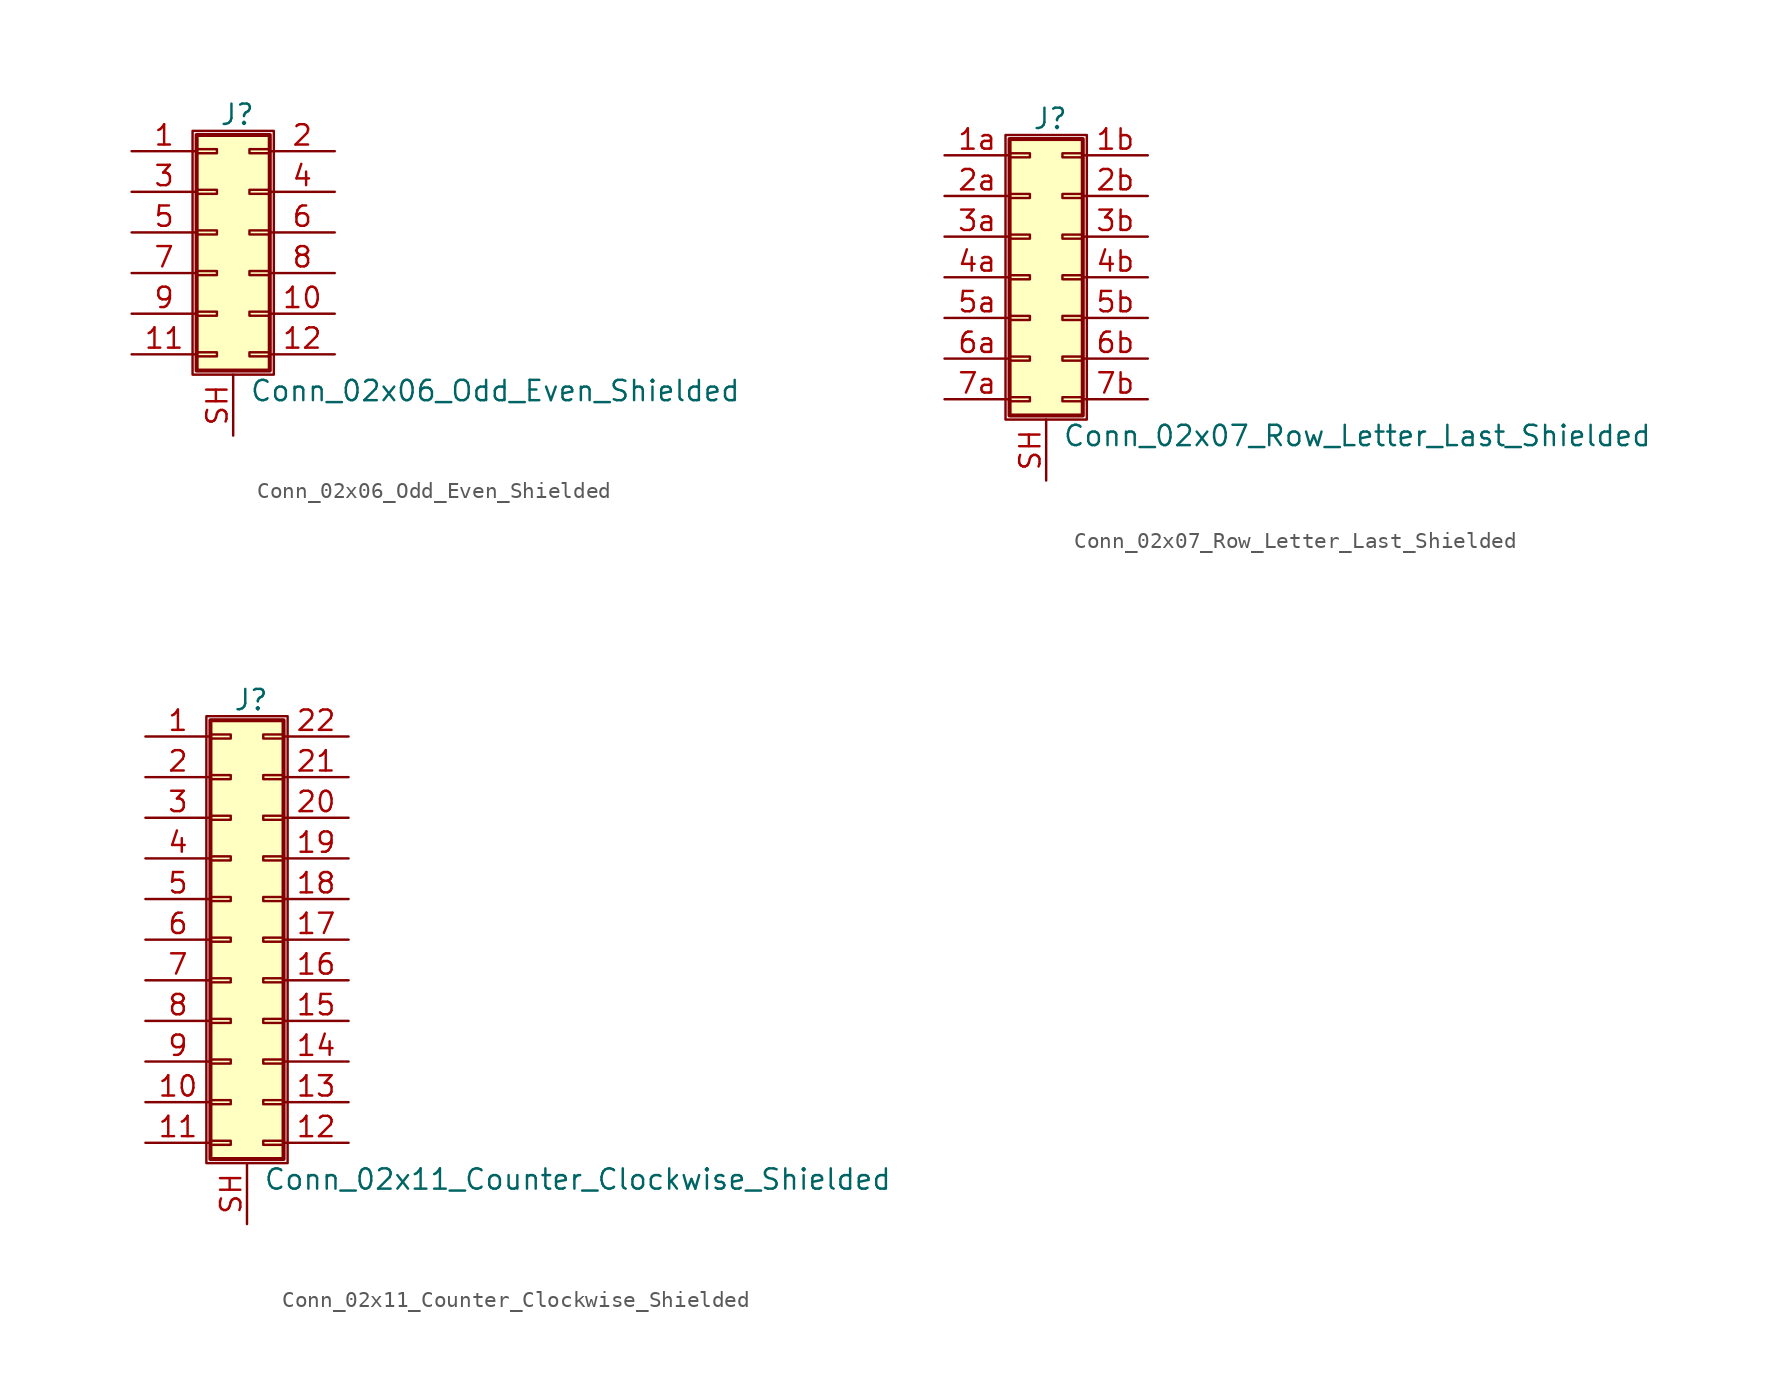
<source format=kicad_sym>
(kicad_symbol_lib
  (version 20201005)
  (generator kicad_symbol_editor)
  (symbol "Connector_Generic_Shielded:Conn_02x06_Odd_Even_Shielded"
    (pin_names
      (offset 1.016) hide)
    (property "Reference" "J"
      (at 1.524 7.366 0)
      (effects (font (size 1.27 1.27))))
    (property "Value" "Conn_02x06_Odd_Even_Shielded"
      (at 2.286 -9.906 0)
      (effects (font (size 1.27 1.27)) (justify left)))
    (symbol "Conn_02x06_Odd_Even_Shielded_1_1"
      (rectangle (start -1.016 -4.953) (end 0.254 -5.207) (stroke (width 0.152)) (fill (type none)))
      (rectangle (start -1.016 -7.493) (end 0.254 -7.747) (stroke (width 0.152)) (fill (type none)))
      (rectangle (start -1.016 -2.413) (end 0.254 -2.667) (stroke (width 0.152)) (fill (type none)))
      (rectangle (start -1.016 2.667) (end 0.254 2.413) (stroke (width 0.152)) (fill (type none)))
      (rectangle (start -1.016 5.207) (end 0.254 4.953) (stroke (width 0.152)) (fill (type none)))
      (rectangle (start -1.016 6.096) (end 3.556 -8.636) (stroke (width 0.254)) (fill (type background)))
      (rectangle (start -1.016 0.127) (end 0.254 -0.127) (stroke (width 0.152)) (fill (type none)))
      (rectangle (start -1.27 6.35) (end 3.81 -8.89) (stroke (width 0.152)) (fill (type none)))
      (rectangle (start 3.556 -4.953) (end 2.286 -5.207) (stroke (width 0.152)) (fill (type none)))
      (rectangle (start 3.556 -7.493) (end 2.286 -7.747) (stroke (width 0.152)) (fill (type none)))
      (rectangle (start 3.556 -2.413) (end 2.286 -2.667) (stroke (width 0.152)) (fill (type none)))
      (rectangle (start 3.556 2.667) (end 2.286 2.413) (stroke (width 0.152)) (fill (type none)))
      (rectangle (start 3.556 5.207) (end 2.286 4.953) (stroke (width 0.152)) (fill (type none)))
      (rectangle (start 3.556 0.127) (end 2.286 -0.127) (stroke (width 0.152)) (fill (type none)))
      (pin passive line (at -5.08 5.08 0) (length 4.064) (name "Pin_1" (effects (font (size 1.27 1.27)))) (number "1" (effects (font (size 1.27 1.27)))))
      (pin passive line (at 7.62 -5.08 180) (length 4.064) (name "Pin_10" (effects (font (size 1.27 1.27)))) (number "10" (effects (font (size 1.27 1.27)))))
      (pin passive line (at -5.08 -7.62 0) (length 4.064) (name "Pin_11" (effects (font (size 1.27 1.27)))) (number "11" (effects (font (size 1.27 1.27)))))
      (pin passive line (at 7.62 -7.62 180) (length 4.064) (name "Pin_12" (effects (font (size 1.27 1.27)))) (number "12" (effects (font (size 1.27 1.27)))))
      (pin passive line (at 7.62 5.08 180) (length 4.064) (name "Pin_2" (effects (font (size 1.27 1.27)))) (number "2" (effects (font (size 1.27 1.27)))))
      (pin passive line (at -5.08 2.54 0) (length 4.064) (name "Pin_3" (effects (font (size 1.27 1.27)))) (number "3" (effects (font (size 1.27 1.27)))))
      (pin passive line (at 7.62 2.54 180) (length 4.064) (name "Pin_4" (effects (font (size 1.27 1.27)))) (number "4" (effects (font (size 1.27 1.27)))))
      (pin passive line (at -5.08 0 0) (length 4.064) (name "Pin_5" (effects (font (size 1.27 1.27)))) (number "5" (effects (font (size 1.27 1.27)))))
      (pin passive line (at 7.62 0 180) (length 4.064) (name "Pin_6" (effects (font (size 1.27 1.27)))) (number "6" (effects (font (size 1.27 1.27)))))
      (pin passive line (at -5.08 -2.54 0) (length 4.064) (name "Pin_7" (effects (font (size 1.27 1.27)))) (number "7" (effects (font (size 1.27 1.27)))))
      (pin passive line (at 7.62 -2.54 180) (length 4.064) (name "Pin_8" (effects (font (size 1.27 1.27)))) (number "8" (effects (font (size 1.27 1.27)))))
      (pin passive line (at -5.08 -5.08 0) (length 4.064) (name "Pin_9" (effects (font (size 1.27 1.27)))) (number "9" (effects (font (size 1.27 1.27)))))
      (pin passive line (at 1.27 -12.7 90) (length 3.81) (name "Shield" (effects (font (size 1.27 1.27)))) (number "SH" (effects (font (size 1.27 1.27)))))))
  (symbol "Connector_Generic_Shielded:Conn_02x07_Row_Letter_Last_Shielded"
    (pin_names
      (offset 1.016) hide)
    (property "Reference" "J"
      (at 1.524 9.906 0)
      (effects (font (size 1.27 1.27))))
    (property "Value" "Conn_02x07_Row_Letter_Last_Shielded"
      (at 2.286 -9.906 0)
      (effects (font (size 1.27 1.27)) (justify left)))
    (symbol "Conn_02x07_Row_Letter_Last_Shielded_1_1"
      (rectangle (start -1.016 -4.953) (end 0.254 -5.207) (stroke (width 0.152)) (fill (type none)))
      (rectangle (start -1.016 -7.493) (end 0.254 -7.747) (stroke (width 0.152)) (fill (type none)))
      (rectangle (start -1.016 -2.413) (end 0.254 -2.667) (stroke (width 0.152)) (fill (type none)))
      (rectangle (start -1.016 2.667) (end 0.254 2.413) (stroke (width 0.152)) (fill (type none)))
      (rectangle (start -1.016 5.207) (end 0.254 4.953) (stroke (width 0.152)) (fill (type none)))
      (rectangle (start -1.016 7.747) (end 0.254 7.493) (stroke (width 0.152)) (fill (type none)))
      (rectangle (start -1.016 8.636) (end 3.556 -8.636) (stroke (width 0.254)) (fill (type background)))
      (rectangle (start -1.016 0.127) (end 0.254 -0.127) (stroke (width 0.152)) (fill (type none)))
      (rectangle (start -1.27 8.89) (end 3.81 -8.89) (stroke (width 0.152)) (fill (type none)))
      (rectangle (start 3.556 -4.953) (end 2.286 -5.207) (stroke (width 0.152)) (fill (type none)))
      (rectangle (start 3.556 -7.493) (end 2.286 -7.747) (stroke (width 0.152)) (fill (type none)))
      (rectangle (start 3.556 -2.413) (end 2.286 -2.667) (stroke (width 0.152)) (fill (type none)))
      (rectangle (start 3.556 2.667) (end 2.286 2.413) (stroke (width 0.152)) (fill (type none)))
      (rectangle (start 3.556 5.207) (end 2.286 4.953) (stroke (width 0.152)) (fill (type none)))
      (rectangle (start 3.556 7.747) (end 2.286 7.493) (stroke (width 0.152)) (fill (type none)))
      (rectangle (start 3.556 0.127) (end 2.286 -0.127) (stroke (width 0.152)) (fill (type none)))
      (pin passive line (at -5.08 7.62 0) (length 4.064) (name "Pin_1a" (effects (font (size 1.27 1.27)))) (number "1a" (effects (font (size 1.27 1.27)))))
      (pin passive line (at 7.62 7.62 180) (length 4.064) (name "Pin_1b" (effects (font (size 1.27 1.27)))) (number "1b" (effects (font (size 1.27 1.27)))))
      (pin passive line (at -5.08 5.08 0) (length 4.064) (name "Pin_2a" (effects (font (size 1.27 1.27)))) (number "2a" (effects (font (size 1.27 1.27)))))
      (pin passive line (at 7.62 5.08 180) (length 4.064) (name "Pin_2b" (effects (font (size 1.27 1.27)))) (number "2b" (effects (font (size 1.27 1.27)))))
      (pin passive line (at -5.08 2.54 0) (length 4.064) (name "Pin_3a" (effects (font (size 1.27 1.27)))) (number "3a" (effects (font (size 1.27 1.27)))))
      (pin passive line (at 7.62 2.54 180) (length 4.064) (name "Pin_3b" (effects (font (size 1.27 1.27)))) (number "3b" (effects (font (size 1.27 1.27)))))
      (pin passive line (at -5.08 0 0) (length 4.064) (name "Pin_4a" (effects (font (size 1.27 1.27)))) (number "4a" (effects (font (size 1.27 1.27)))))
      (pin passive line (at 7.62 0 180) (length 4.064) (name "Pin_4b" (effects (font (size 1.27 1.27)))) (number "4b" (effects (font (size 1.27 1.27)))))
      (pin passive line (at -5.08 -2.54 0) (length 4.064) (name "Pin_5a" (effects (font (size 1.27 1.27)))) (number "5a" (effects (font (size 1.27 1.27)))))
      (pin passive line (at 7.62 -2.54 180) (length 4.064) (name "Pin_5b" (effects (font (size 1.27 1.27)))) (number "5b" (effects (font (size 1.27 1.27)))))
      (pin passive line (at -5.08 -5.08 0) (length 4.064) (name "Pin_6a" (effects (font (size 1.27 1.27)))) (number "6a" (effects (font (size 1.27 1.27)))))
      (pin passive line (at 7.62 -5.08 180) (length 4.064) (name "Pin_6b" (effects (font (size 1.27 1.27)))) (number "6b" (effects (font (size 1.27 1.27)))))
      (pin passive line (at -5.08 -7.62 0) (length 4.064) (name "Pin_7a" (effects (font (size 1.27 1.27)))) (number "7a" (effects (font (size 1.27 1.27)))))
      (pin passive line (at 7.62 -7.62 180) (length 4.064) (name "Pin_7b" (effects (font (size 1.27 1.27)))) (number "7b" (effects (font (size 1.27 1.27)))))
      (pin passive line (at 1.27 -12.7 90) (length 3.81) (name "Shield" (effects (font (size 1.27 1.27)))) (number "SH" (effects (font (size 1.27 1.27)))))))
  (symbol "Connector_Generic_Shielded:Conn_02x11_Counter_Clockwise_Shielded"
    (pin_names
      (offset 1.016) hide)
    (property "Reference" "J"
      (at 1.524 14.986 0)
      (effects (font (size 1.27 1.27))))
    (property "Value" "Conn_02x11_Counter_Clockwise_Shielded"
      (at 2.286 -14.986 0)
      (effects (font (size 1.27 1.27)) (justify left)))
    (symbol "Conn_02x11_Counter_Clockwise_Shielded_1_1"
      (rectangle (start -1.016 -4.953) (end 0.254 -5.207) (stroke (width 0.152)) (fill (type none)))
      (rectangle (start -1.016 -7.493) (end 0.254 -7.747) (stroke (width 0.152)) (fill (type none)))
      (rectangle (start -1.016 -10.033) (end 0.254 -10.287) (stroke (width 0.152)) (fill (type none)))
      (rectangle (start -1.016 -12.573) (end 0.254 -12.827) (stroke (width 0.152)) (fill (type none)))
      (rectangle (start -1.016 -2.413) (end 0.254 -2.667) (stroke (width 0.152)) (fill (type none)))
      (rectangle (start -1.016 2.667) (end 0.254 2.413) (stroke (width 0.152)) (fill (type none)))
      (rectangle (start -1.016 5.207) (end 0.254 4.953) (stroke (width 0.152)) (fill (type none)))
      (rectangle (start -1.016 7.747) (end 0.254 7.493) (stroke (width 0.152)) (fill (type none)))
      (rectangle (start -1.016 10.287) (end 0.254 10.033) (stroke (width 0.152)) (fill (type none)))
      (rectangle (start -1.016 0.127) (end 0.254 -0.127) (stroke (width 0.152)) (fill (type none)))
      (rectangle (start -1.016 12.827) (end 0.254 12.573) (stroke (width 0.152)) (fill (type none)))
      (rectangle (start -1.016 13.716) (end 3.556 -13.716) (stroke (width 0.254)) (fill (type background)))
      (rectangle (start -1.27 13.97) (end 3.81 -13.97) (stroke (width 0.152)) (fill (type none)))
      (rectangle (start 3.556 -4.953) (end 2.286 -5.207) (stroke (width 0.152)) (fill (type none)))
      (rectangle (start 3.556 -7.493) (end 2.286 -7.747) (stroke (width 0.152)) (fill (type none)))
      (rectangle (start 3.556 -10.033) (end 2.286 -10.287) (stroke (width 0.152)) (fill (type none)))
      (rectangle (start 3.556 -12.573) (end 2.286 -12.827) (stroke (width 0.152)) (fill (type none)))
      (rectangle (start 3.556 -2.413) (end 2.286 -2.667) (stroke (width 0.152)) (fill (type none)))
      (rectangle (start 3.556 2.667) (end 2.286 2.413) (stroke (width 0.152)) (fill (type none)))
      (rectangle (start 3.556 5.207) (end 2.286 4.953) (stroke (width 0.152)) (fill (type none)))
      (rectangle (start 3.556 7.747) (end 2.286 7.493) (stroke (width 0.152)) (fill (type none)))
      (rectangle (start 3.556 10.287) (end 2.286 10.033) (stroke (width 0.152)) (fill (type none)))
      (rectangle (start 3.556 0.127) (end 2.286 -0.127) (stroke (width 0.152)) (fill (type none)))
      (rectangle (start 3.556 12.827) (end 2.286 12.573) (stroke (width 0.152)) (fill (type none)))
      (pin passive line (at -5.08 12.7 0) (length 4.064) (name "Pin_1" (effects (font (size 1.27 1.27)))) (number "1" (effects (font (size 1.27 1.27)))))
      (pin passive line (at -5.08 -10.16 0) (length 4.064) (name "Pin_10" (effects (font (size 1.27 1.27)))) (number "10" (effects (font (size 1.27 1.27)))))
      (pin passive line (at -5.08 -12.7 0) (length 4.064) (name "Pin_11" (effects (font (size 1.27 1.27)))) (number "11" (effects (font (size 1.27 1.27)))))
      (pin passive line (at 7.62 -12.7 180) (length 4.064) (name "Pin_12" (effects (font (size 1.27 1.27)))) (number "12" (effects (font (size 1.27 1.27)))))
      (pin passive line (at 7.62 -10.16 180) (length 4.064) (name "Pin_13" (effects (font (size 1.27 1.27)))) (number "13" (effects (font (size 1.27 1.27)))))
      (pin passive line (at 7.62 -7.62 180) (length 4.064) (name "Pin_14" (effects (font (size 1.27 1.27)))) (number "14" (effects (font (size 1.27 1.27)))))
      (pin passive line (at 7.62 -5.08 180) (length 4.064) (name "Pin_15" (effects (font (size 1.27 1.27)))) (number "15" (effects (font (size 1.27 1.27)))))
      (pin passive line (at 7.62 -2.54 180) (length 4.064) (name "Pin_16" (effects (font (size 1.27 1.27)))) (number "16" (effects (font (size 1.27 1.27)))))
      (pin passive line (at 7.62 0 180) (length 4.064) (name "Pin_17" (effects (font (size 1.27 1.27)))) (number "17" (effects (font (size 1.27 1.27)))))
      (pin passive line (at 7.62 2.54 180) (length 4.064) (name "Pin_18" (effects (font (size 1.27 1.27)))) (number "18" (effects (font (size 1.27 1.27)))))
      (pin passive line (at 7.62 5.08 180) (length 4.064) (name "Pin_19" (effects (font (size 1.27 1.27)))) (number "19" (effects (font (size 1.27 1.27)))))
      (pin passive line (at -5.08 10.16 0) (length 4.064) (name "Pin_2" (effects (font (size 1.27 1.27)))) (number "2" (effects (font (size 1.27 1.27)))))
      (pin passive line (at 7.62 7.62 180) (length 4.064) (name "Pin_20" (effects (font (size 1.27 1.27)))) (number "20" (effects (font (size 1.27 1.27)))))
      (pin passive line (at 7.62 10.16 180) (length 4.064) (name "Pin_21" (effects (font (size 1.27 1.27)))) (number "21" (effects (font (size 1.27 1.27)))))
      (pin passive line (at 7.62 12.7 180) (length 4.064) (name "Pin_22" (effects (font (size 1.27 1.27)))) (number "22" (effects (font (size 1.27 1.27)))))
      (pin passive line (at -5.08 7.62 0) (length 4.064) (name "Pin_3" (effects (font (size 1.27 1.27)))) (number "3" (effects (font (size 1.27 1.27)))))
      (pin passive line (at -5.08 5.08 0) (length 4.064) (name "Pin_4" (effects (font (size 1.27 1.27)))) (number "4" (effects (font (size 1.27 1.27)))))
      (pin passive line (at -5.08 2.54 0) (length 4.064) (name "Pin_5" (effects (font (size 1.27 1.27)))) (number "5" (effects (font (size 1.27 1.27)))))
      (pin passive line (at -5.08 0 0) (length 4.064) (name "Pin_6" (effects (font (size 1.27 1.27)))) (number "6" (effects (font (size 1.27 1.27)))))
      (pin passive line (at -5.08 -2.54 0) (length 4.064) (name "Pin_7" (effects (font (size 1.27 1.27)))) (number "7" (effects (font (size 1.27 1.27)))))
      (pin passive line (at -5.08 -5.08 0) (length 4.064) (name "Pin_8" (effects (font (size 1.27 1.27)))) (number "8" (effects (font (size 1.27 1.27)))))
      (pin passive line (at -5.08 -7.62 0) (length 4.064) (name "Pin_9" (effects (font (size 1.27 1.27)))) (number "9" (effects (font (size 1.27 1.27)))))
      (pin passive line (at 1.27 -17.78 90) (length 3.81) (name "Shield" (effects (font (size 1.27 1.27)))) (number "SH" (effects (font (size 1.27 1.27))))))))
</source>
